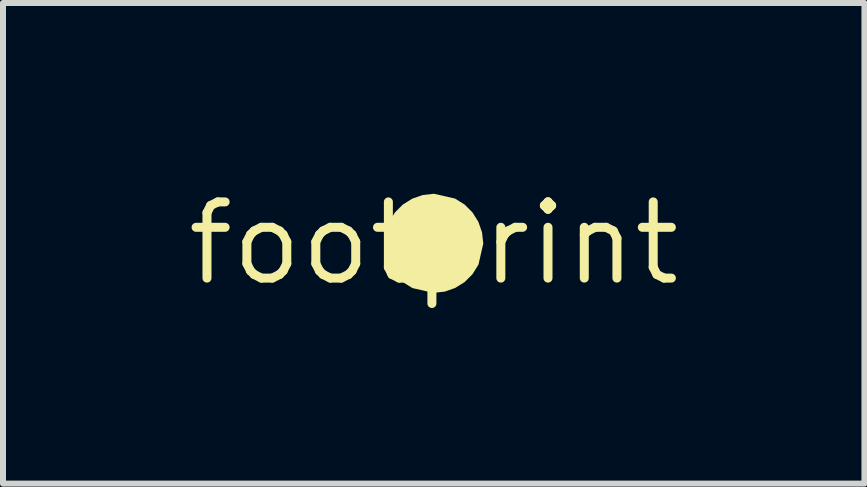
<source format=kicad_pcb>
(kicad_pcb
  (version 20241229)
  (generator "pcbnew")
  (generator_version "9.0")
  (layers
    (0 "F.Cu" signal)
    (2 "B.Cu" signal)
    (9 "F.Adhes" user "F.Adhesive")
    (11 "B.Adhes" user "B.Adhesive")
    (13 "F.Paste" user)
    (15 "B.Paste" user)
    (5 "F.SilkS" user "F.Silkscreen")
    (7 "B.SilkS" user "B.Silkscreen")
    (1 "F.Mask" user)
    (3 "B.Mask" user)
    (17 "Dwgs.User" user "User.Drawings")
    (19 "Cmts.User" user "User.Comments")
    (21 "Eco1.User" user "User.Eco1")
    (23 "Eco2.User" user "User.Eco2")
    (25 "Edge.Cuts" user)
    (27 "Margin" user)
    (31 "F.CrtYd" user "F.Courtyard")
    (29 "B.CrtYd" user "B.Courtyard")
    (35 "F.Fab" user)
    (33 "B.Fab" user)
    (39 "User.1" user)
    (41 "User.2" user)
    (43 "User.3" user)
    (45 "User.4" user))
  (footprint "footprint"
    (layer "F.Cu")
    (at 4.18 1.006)
    (property "Reference" "footprint" (at 0 0 0) (layer "F.SilkS") (effects (font (size 1.27 1.27) (thickness 0.15))))
    (fp_poly (pts (xy 0.355 -0.746) (xy 0.515 -0.646) (xy 0.646 -0.515) (xy 0.744 -0.358) (xy 0.805 -0.184) (xy 0.826 0.004) (xy 0.746 0.355) (xy 0.646 0.515) (xy 0.515 0.646) (xy 0.358 0.744) (xy 0.184 0.805) (xy -0.004 0.826) (xy -0.355 0.746) (xy -0.515 0.646) (xy -0.646 0.515) (xy -0.744 0.358) (xy -0.805 0.184) (xy -0.826 -0.004) (xy -0.746 -0.355) (xy -0.646 -0.515) (xy -0.515 -0.646) (xy -0.358 -0.744) (xy -0.184 -0.805) (xy 0.004 -0.826)) (stroke (width 0) (type solid)) (fill yes) (layer "F.SilkS")))
  (gr_rect
    (start -3 -3)
    (end 11.36 5.012)
    (stroke (width 0.1) (type default))
    (fill no)
    (layer "Edge.Cuts")))
</source>
